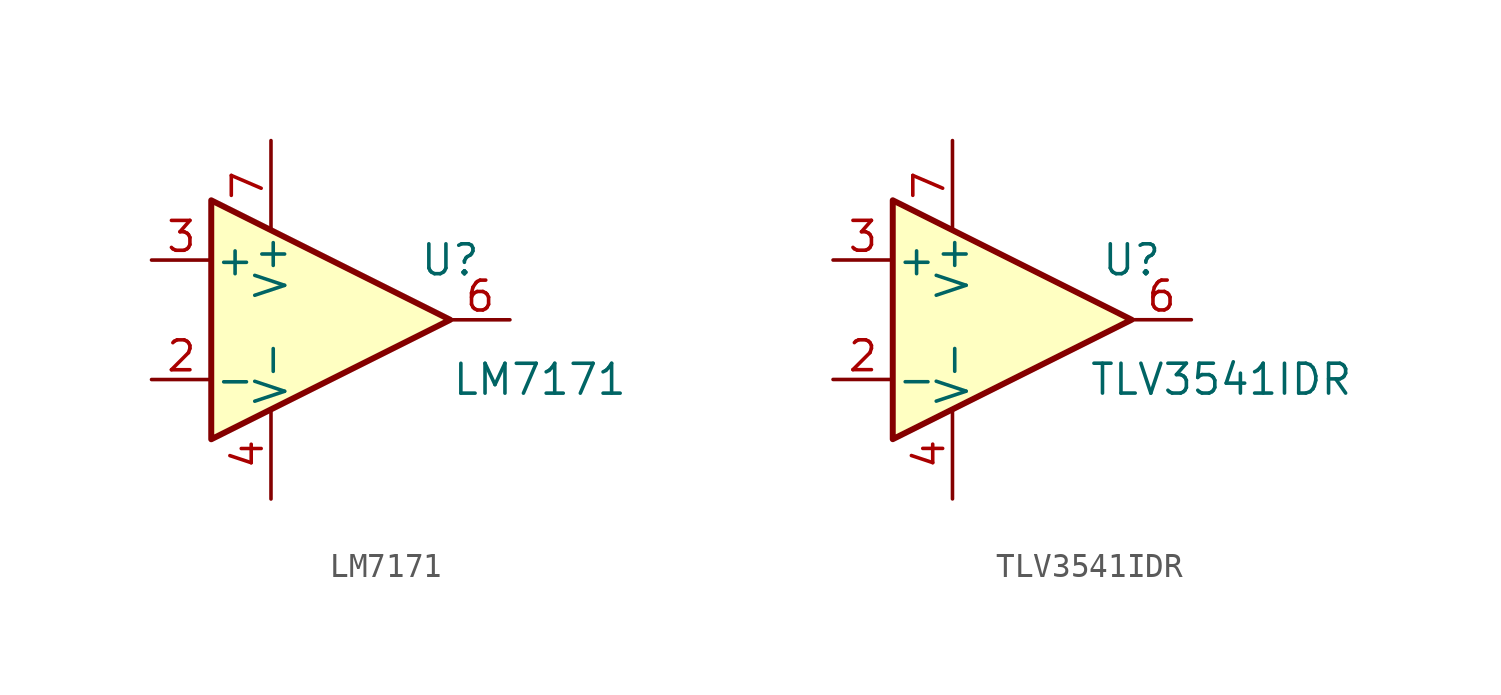
<source format=kicad_sym>
(kicad_symbol_lib
  (version 20220914)
  (generator kicad_symbol_editor)
  (symbol "LM7171"
    (pin_names
      (offset 0.127))
    (property "Reference" "U"
      (at 7.62 2.54 0)
      (effects (font (size 1.27 1.27))))
    (property "Value" "LM7171"
      (at 11.43 -2.54 0)
      (effects (font (size 1.27 1.27))))
    (symbol "LM7171_0_1"
      (polyline (pts (xy -2.54 5.08) (xy -2.54 -5.08) (xy 7.62 0) (xy -2.54 5.08)) (stroke (width 0.254) (type default)) (fill (type background))))
    (symbol "LM7171_1_1"
      (pin input line (at -5.08 -2.54 0) (length 2.54) (name "-" (effects (font (size 1.27 1.27)))) (number "2" (effects (font (size 1.27 1.27)))))
      (pin input line (at -5.08 2.54 0) (length 2.54) (name "+" (effects (font (size 1.27 1.27)))) (number "3" (effects (font (size 1.27 1.27)))))
      (pin power_in line (at 0 -7.62 90) (length 3.81) (name "V-" (effects (font (size 1.27 1.27)))) (number "4" (effects (font (size 1.27 1.27)))))
      (pin output line (at 10.16 0 180) (length 2.54) (name "~" (effects (font (size 1.27 1.27)))) (number "6" (effects (font (size 1.27 1.27)))))
      (pin power_in line (at 0 7.62 270) (length 3.81) (name "V+" (effects (font (size 1.27 1.27)))) (number "7" (effects (font (size 1.27 1.27)))))))
  (symbol "TLV3541IDR"
    (pin_names
      (offset 0.127))
    (property "Reference" "U"
      (at 7.62 2.54 0)
      (effects (font (size 1.27 1.27))))
    (property "Value" "TLV3541IDR"
      (at 11.43 -2.54 0)
      (effects (font (size 1.27 1.27))))
    (symbol "TLV3541IDR_0_1"
      (polyline (pts (xy -2.54 5.08) (xy -2.54 -5.08) (xy 7.62 0) (xy -2.54 5.08)) (stroke (width 0.254) (type default)) (fill (type background))))
    (symbol "TLV3541IDR_1_1"
      (pin input line (at -5.08 -2.54 0) (length 2.54) (name "-" (effects (font (size 1.27 1.27)))) (number "2" (effects (font (size 1.27 1.27)))))
      (pin input line (at -5.08 2.54 0) (length 2.54) (name "+" (effects (font (size 1.27 1.27)))) (number "3" (effects (font (size 1.27 1.27)))))
      (pin power_in line (at 0 -7.62 90) (length 3.81) (name "V-" (effects (font (size 1.27 1.27)))) (number "4" (effects (font (size 1.27 1.27)))))
      (pin output line (at 10.16 0 180) (length 2.54) (name "~" (effects (font (size 1.27 1.27)))) (number "6" (effects (font (size 1.27 1.27)))))
      (pin power_in line (at 0 7.62 270) (length 3.81) (name "V+" (effects (font (size 1.27 1.27)))) (number "7" (effects (font (size 1.27 1.27))))))))
</source>
